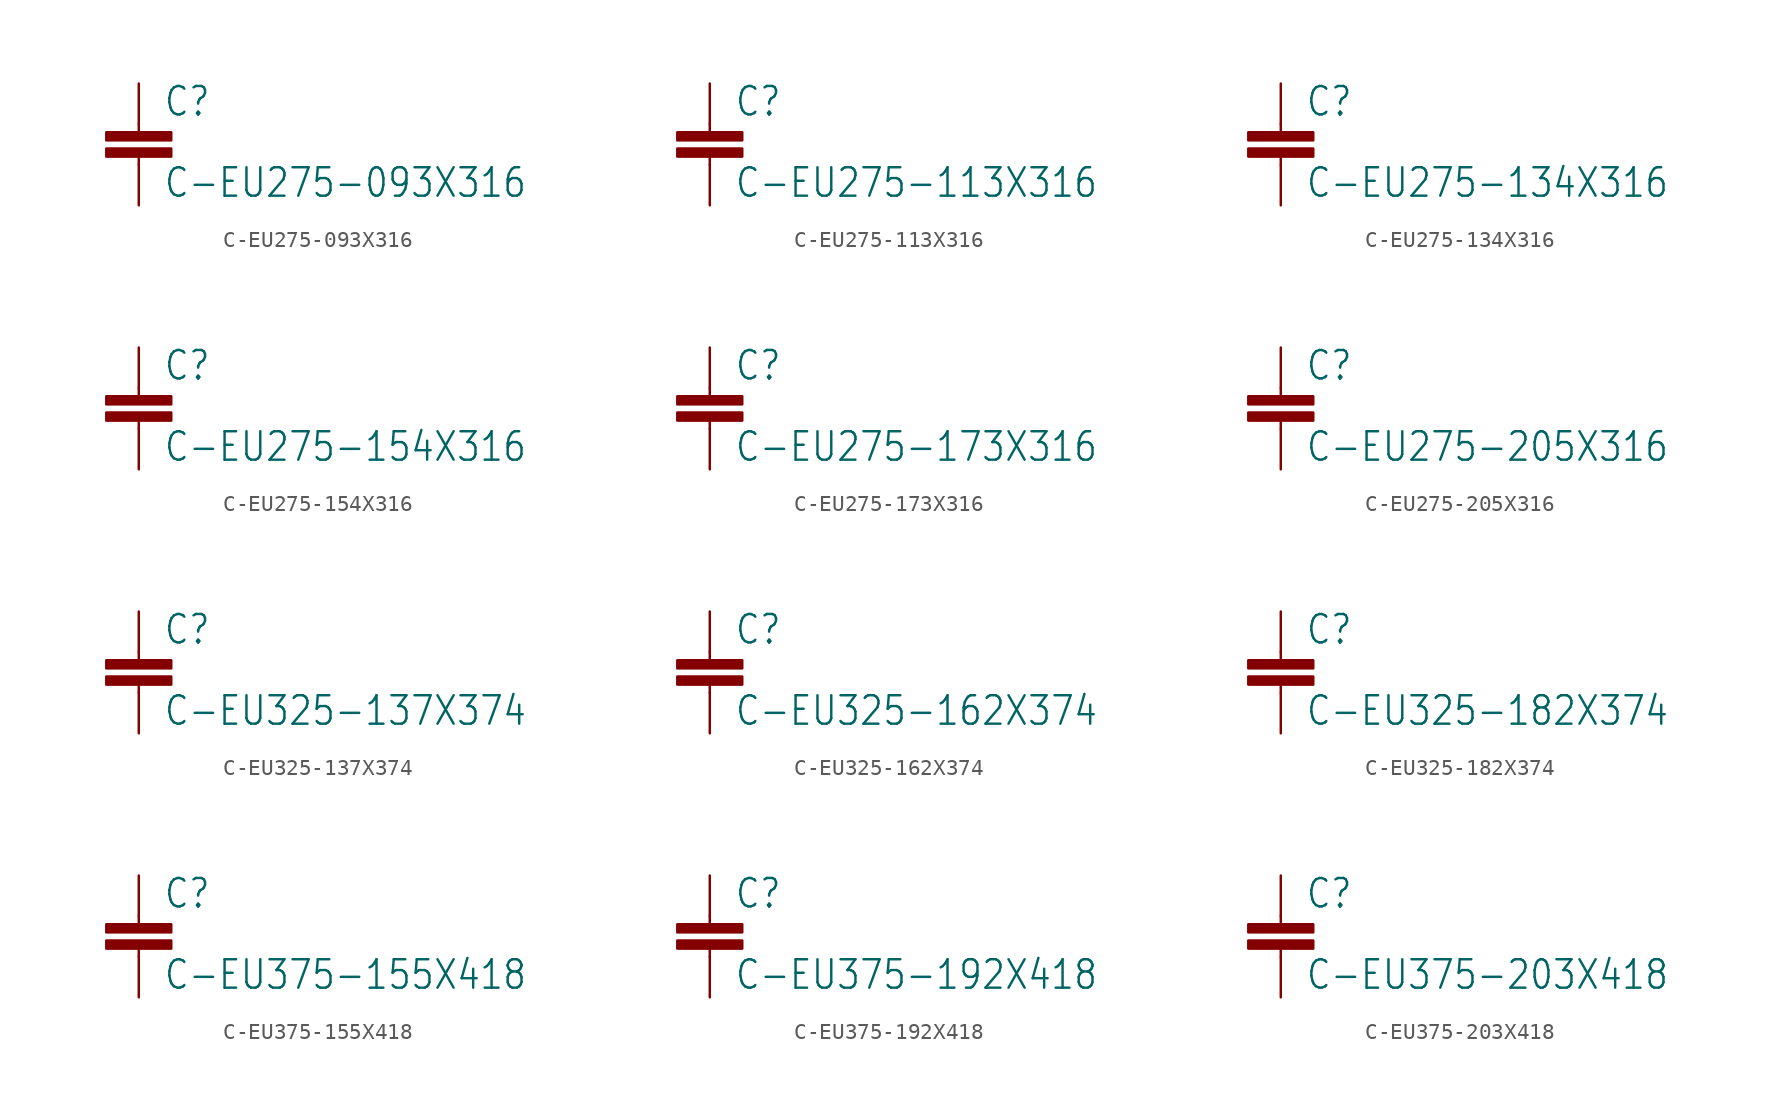
<source format=kicad_sym>
(kicad_symbol_lib
  (version 20201005)
  (generator kicad_symbol_editor)
  (symbol "pirt:C-EU275-093X316"
    (property "Reference" "C"
      (at 1.524 0.381 0)
      (effects (font (size 1.778 1.511)) (justify left bottom)))
    (property "Value" "C-EU275-093X316"
      (at 1.524 -4.699 0)
      (effects (font (size 1.778 1.511)) (justify left bottom)))
    (property "ki_locked" ""
      (at 0 0 0)
      (effects (font (size 1.27 1.27))))
    (symbol "C-EU275-093X316_1_0"
      (rectangle (start -2.032 -2.032) (end 2.032 -1.524) (stroke (width 0)) (fill (type outline)))
      (rectangle (start -2.032 -1.016) (end 2.032 -0.508) (stroke (width 0)) (fill (type outline)))
      (polyline (pts (xy 0 -2.54) (xy 0 -2.032)) (stroke (width 0.152)) (fill (type none)))
      (polyline (pts (xy 0 0) (xy 0 -0.508)) (stroke (width 0.152)) (fill (type none)))
      (pin passive line (at 0 2.54 270) (length 2.54) (name "1" (effects (font (size 0 0)))) (number "1" (effects (font (size 0 0)))))
      (pin passive line (at 0 -5.08 90) (length 2.54) (name "2" (effects (font (size 0 0)))) (number "2" (effects (font (size 0 0)))))))
  (symbol "pirt:C-EU275-113X316"
    (property "Reference" "C"
      (at 1.524 0.381 0)
      (effects (font (size 1.778 1.511)) (justify left bottom)))
    (property "Value" "C-EU275-113X316"
      (at 1.524 -4.699 0)
      (effects (font (size 1.778 1.511)) (justify left bottom)))
    (property "ki_locked" ""
      (at 0 0 0)
      (effects (font (size 1.27 1.27))))
    (symbol "C-EU275-113X316_1_0"
      (rectangle (start -2.032 -2.032) (end 2.032 -1.524) (stroke (width 0)) (fill (type outline)))
      (rectangle (start -2.032 -1.016) (end 2.032 -0.508) (stroke (width 0)) (fill (type outline)))
      (polyline (pts (xy 0 -2.54) (xy 0 -2.032)) (stroke (width 0.152)) (fill (type none)))
      (polyline (pts (xy 0 0) (xy 0 -0.508)) (stroke (width 0.152)) (fill (type none)))
      (pin passive line (at 0 2.54 270) (length 2.54) (name "1" (effects (font (size 0 0)))) (number "1" (effects (font (size 0 0)))))
      (pin passive line (at 0 -5.08 90) (length 2.54) (name "2" (effects (font (size 0 0)))) (number "2" (effects (font (size 0 0)))))))
  (symbol "pirt:C-EU275-134X316"
    (property "Reference" "C"
      (at 1.524 0.381 0)
      (effects (font (size 1.778 1.511)) (justify left bottom)))
    (property "Value" "C-EU275-134X316"
      (at 1.524 -4.699 0)
      (effects (font (size 1.778 1.511)) (justify left bottom)))
    (property "ki_locked" ""
      (at 0 0 0)
      (effects (font (size 1.27 1.27))))
    (symbol "C-EU275-134X316_1_0"
      (rectangle (start -2.032 -2.032) (end 2.032 -1.524) (stroke (width 0)) (fill (type outline)))
      (rectangle (start -2.032 -1.016) (end 2.032 -0.508) (stroke (width 0)) (fill (type outline)))
      (polyline (pts (xy 0 -2.54) (xy 0 -2.032)) (stroke (width 0.152)) (fill (type none)))
      (polyline (pts (xy 0 0) (xy 0 -0.508)) (stroke (width 0.152)) (fill (type none)))
      (pin passive line (at 0 2.54 270) (length 2.54) (name "1" (effects (font (size 0 0)))) (number "1" (effects (font (size 0 0)))))
      (pin passive line (at 0 -5.08 90) (length 2.54) (name "2" (effects (font (size 0 0)))) (number "2" (effects (font (size 0 0)))))))
  (symbol "pirt:C-EU275-154X316"
    (property "Reference" "C"
      (at 1.524 0.381 0)
      (effects (font (size 1.778 1.511)) (justify left bottom)))
    (property "Value" "C-EU275-154X316"
      (at 1.524 -4.699 0)
      (effects (font (size 1.778 1.511)) (justify left bottom)))
    (property "ki_locked" ""
      (at 0 0 0)
      (effects (font (size 1.27 1.27))))
    (symbol "C-EU275-154X316_1_0"
      (rectangle (start -2.032 -2.032) (end 2.032 -1.524) (stroke (width 0)) (fill (type outline)))
      (rectangle (start -2.032 -1.016) (end 2.032 -0.508) (stroke (width 0)) (fill (type outline)))
      (polyline (pts (xy 0 -2.54) (xy 0 -2.032)) (stroke (width 0.152)) (fill (type none)))
      (polyline (pts (xy 0 0) (xy 0 -0.508)) (stroke (width 0.152)) (fill (type none)))
      (pin passive line (at 0 2.54 270) (length 2.54) (name "1" (effects (font (size 0 0)))) (number "1" (effects (font (size 0 0)))))
      (pin passive line (at 0 -5.08 90) (length 2.54) (name "2" (effects (font (size 0 0)))) (number "2" (effects (font (size 0 0)))))))
  (symbol "pirt:C-EU275-173X316"
    (property "Reference" "C"
      (at 1.524 0.381 0)
      (effects (font (size 1.778 1.511)) (justify left bottom)))
    (property "Value" "C-EU275-173X316"
      (at 1.524 -4.699 0)
      (effects (font (size 1.778 1.511)) (justify left bottom)))
    (property "ki_locked" ""
      (at 0 0 0)
      (effects (font (size 1.27 1.27))))
    (symbol "C-EU275-173X316_1_0"
      (rectangle (start -2.032 -2.032) (end 2.032 -1.524) (stroke (width 0)) (fill (type outline)))
      (rectangle (start -2.032 -1.016) (end 2.032 -0.508) (stroke (width 0)) (fill (type outline)))
      (polyline (pts (xy 0 -2.54) (xy 0 -2.032)) (stroke (width 0.152)) (fill (type none)))
      (polyline (pts (xy 0 0) (xy 0 -0.508)) (stroke (width 0.152)) (fill (type none)))
      (pin passive line (at 0 2.54 270) (length 2.54) (name "1" (effects (font (size 0 0)))) (number "1" (effects (font (size 0 0)))))
      (pin passive line (at 0 -5.08 90) (length 2.54) (name "2" (effects (font (size 0 0)))) (number "2" (effects (font (size 0 0)))))))
  (symbol "pirt:C-EU275-205X316"
    (property "Reference" "C"
      (at 1.524 0.381 0)
      (effects (font (size 1.778 1.511)) (justify left bottom)))
    (property "Value" "C-EU275-205X316"
      (at 1.524 -4.699 0)
      (effects (font (size 1.778 1.511)) (justify left bottom)))
    (property "ki_locked" ""
      (at 0 0 0)
      (effects (font (size 1.27 1.27))))
    (symbol "C-EU275-205X316_1_0"
      (rectangle (start -2.032 -2.032) (end 2.032 -1.524) (stroke (width 0)) (fill (type outline)))
      (rectangle (start -2.032 -1.016) (end 2.032 -0.508) (stroke (width 0)) (fill (type outline)))
      (polyline (pts (xy 0 -2.54) (xy 0 -2.032)) (stroke (width 0.152)) (fill (type none)))
      (polyline (pts (xy 0 0) (xy 0 -0.508)) (stroke (width 0.152)) (fill (type none)))
      (pin passive line (at 0 2.54 270) (length 2.54) (name "1" (effects (font (size 0 0)))) (number "1" (effects (font (size 0 0)))))
      (pin passive line (at 0 -5.08 90) (length 2.54) (name "2" (effects (font (size 0 0)))) (number "2" (effects (font (size 0 0)))))))
  (symbol "pirt:C-EU325-137X374"
    (property "Reference" "C"
      (at 1.524 0.381 0)
      (effects (font (size 1.778 1.511)) (justify left bottom)))
    (property "Value" "C-EU325-137X374"
      (at 1.524 -4.699 0)
      (effects (font (size 1.778 1.511)) (justify left bottom)))
    (property "ki_locked" ""
      (at 0 0 0)
      (effects (font (size 1.27 1.27))))
    (symbol "C-EU325-137X374_1_0"
      (rectangle (start -2.032 -2.032) (end 2.032 -1.524) (stroke (width 0)) (fill (type outline)))
      (rectangle (start -2.032 -1.016) (end 2.032 -0.508) (stroke (width 0)) (fill (type outline)))
      (polyline (pts (xy 0 -2.54) (xy 0 -2.032)) (stroke (width 0.152)) (fill (type none)))
      (polyline (pts (xy 0 0) (xy 0 -0.508)) (stroke (width 0.152)) (fill (type none)))
      (pin passive line (at 0 2.54 270) (length 2.54) (name "1" (effects (font (size 0 0)))) (number "1" (effects (font (size 0 0)))))
      (pin passive line (at 0 -5.08 90) (length 2.54) (name "2" (effects (font (size 0 0)))) (number "2" (effects (font (size 0 0)))))))
  (symbol "pirt:C-EU325-162X374"
    (property "Reference" "C"
      (at 1.524 0.381 0)
      (effects (font (size 1.778 1.511)) (justify left bottom)))
    (property "Value" "C-EU325-162X374"
      (at 1.524 -4.699 0)
      (effects (font (size 1.778 1.511)) (justify left bottom)))
    (property "ki_locked" ""
      (at 0 0 0)
      (effects (font (size 1.27 1.27))))
    (symbol "C-EU325-162X374_1_0"
      (rectangle (start -2.032 -2.032) (end 2.032 -1.524) (stroke (width 0)) (fill (type outline)))
      (rectangle (start -2.032 -1.016) (end 2.032 -0.508) (stroke (width 0)) (fill (type outline)))
      (polyline (pts (xy 0 -2.54) (xy 0 -2.032)) (stroke (width 0.152)) (fill (type none)))
      (polyline (pts (xy 0 0) (xy 0 -0.508)) (stroke (width 0.152)) (fill (type none)))
      (pin passive line (at 0 2.54 270) (length 2.54) (name "1" (effects (font (size 0 0)))) (number "1" (effects (font (size 0 0)))))
      (pin passive line (at 0 -5.08 90) (length 2.54) (name "2" (effects (font (size 0 0)))) (number "2" (effects (font (size 0 0)))))))
  (symbol "pirt:C-EU325-182X374"
    (property "Reference" "C"
      (at 1.524 0.381 0)
      (effects (font (size 1.778 1.511)) (justify left bottom)))
    (property "Value" "C-EU325-182X374"
      (at 1.524 -4.699 0)
      (effects (font (size 1.778 1.511)) (justify left bottom)))
    (property "ki_locked" ""
      (at 0 0 0)
      (effects (font (size 1.27 1.27))))
    (symbol "C-EU325-182X374_1_0"
      (rectangle (start -2.032 -2.032) (end 2.032 -1.524) (stroke (width 0)) (fill (type outline)))
      (rectangle (start -2.032 -1.016) (end 2.032 -0.508) (stroke (width 0)) (fill (type outline)))
      (polyline (pts (xy 0 -2.54) (xy 0 -2.032)) (stroke (width 0.152)) (fill (type none)))
      (polyline (pts (xy 0 0) (xy 0 -0.508)) (stroke (width 0.152)) (fill (type none)))
      (pin passive line (at 0 2.54 270) (length 2.54) (name "1" (effects (font (size 0 0)))) (number "1" (effects (font (size 0 0)))))
      (pin passive line (at 0 -5.08 90) (length 2.54) (name "2" (effects (font (size 0 0)))) (number "2" (effects (font (size 0 0)))))))
  (symbol "pirt:C-EU375-155X418"
    (property "Reference" "C"
      (at 1.524 0.381 0)
      (effects (font (size 1.778 1.511)) (justify left bottom)))
    (property "Value" "C-EU375-155X418"
      (at 1.524 -4.699 0)
      (effects (font (size 1.778 1.511)) (justify left bottom)))
    (property "ki_locked" ""
      (at 0 0 0)
      (effects (font (size 1.27 1.27))))
    (symbol "C-EU375-155X418_1_0"
      (rectangle (start -2.032 -2.032) (end 2.032 -1.524) (stroke (width 0)) (fill (type outline)))
      (rectangle (start -2.032 -1.016) (end 2.032 -0.508) (stroke (width 0)) (fill (type outline)))
      (polyline (pts (xy 0 -2.54) (xy 0 -2.032)) (stroke (width 0.152)) (fill (type none)))
      (polyline (pts (xy 0 0) (xy 0 -0.508)) (stroke (width 0.152)) (fill (type none)))
      (pin passive line (at 0 2.54 270) (length 2.54) (name "1" (effects (font (size 0 0)))) (number "1" (effects (font (size 0 0)))))
      (pin passive line (at 0 -5.08 90) (length 2.54) (name "2" (effects (font (size 0 0)))) (number "2" (effects (font (size 0 0)))))))
  (symbol "pirt:C-EU375-192X418"
    (property "Reference" "C"
      (at 1.524 0.381 0)
      (effects (font (size 1.778 1.511)) (justify left bottom)))
    (property "Value" "C-EU375-192X418"
      (at 1.524 -4.699 0)
      (effects (font (size 1.778 1.511)) (justify left bottom)))
    (property "ki_locked" ""
      (at 0 0 0)
      (effects (font (size 1.27 1.27))))
    (symbol "C-EU375-192X418_1_0"
      (rectangle (start -2.032 -2.032) (end 2.032 -1.524) (stroke (width 0)) (fill (type outline)))
      (rectangle (start -2.032 -1.016) (end 2.032 -0.508) (stroke (width 0)) (fill (type outline)))
      (polyline (pts (xy 0 -2.54) (xy 0 -2.032)) (stroke (width 0.152)) (fill (type none)))
      (polyline (pts (xy 0 0) (xy 0 -0.508)) (stroke (width 0.152)) (fill (type none)))
      (pin passive line (at 0 2.54 270) (length 2.54) (name "1" (effects (font (size 0 0)))) (number "1" (effects (font (size 0 0)))))
      (pin passive line (at 0 -5.08 90) (length 2.54) (name "2" (effects (font (size 0 0)))) (number "2" (effects (font (size 0 0)))))))
  (symbol "pirt:C-EU375-203X418"
    (property "Reference" "C"
      (at 1.524 0.381 0)
      (effects (font (size 1.778 1.511)) (justify left bottom)))
    (property "Value" "C-EU375-203X418"
      (at 1.524 -4.699 0)
      (effects (font (size 1.778 1.511)) (justify left bottom)))
    (property "ki_locked" ""
      (at 0 0 0)
      (effects (font (size 1.27 1.27))))
    (symbol "C-EU375-203X418_1_0"
      (rectangle (start -2.032 -2.032) (end 2.032 -1.524) (stroke (width 0)) (fill (type outline)))
      (rectangle (start -2.032 -1.016) (end 2.032 -0.508) (stroke (width 0)) (fill (type outline)))
      (polyline (pts (xy 0 -2.54) (xy 0 -2.032)) (stroke (width 0.152)) (fill (type none)))
      (polyline (pts (xy 0 0) (xy 0 -0.508)) (stroke (width 0.152)) (fill (type none)))
      (pin passive line (at 0 2.54 270) (length 2.54) (name "1" (effects (font (size 0 0)))) (number "1" (effects (font (size 0 0)))))
      (pin passive line (at 0 -5.08 90) (length 2.54) (name "2" (effects (font (size 0 0)))) (number "2" (effects (font (size 0 0))))))))
</source>
